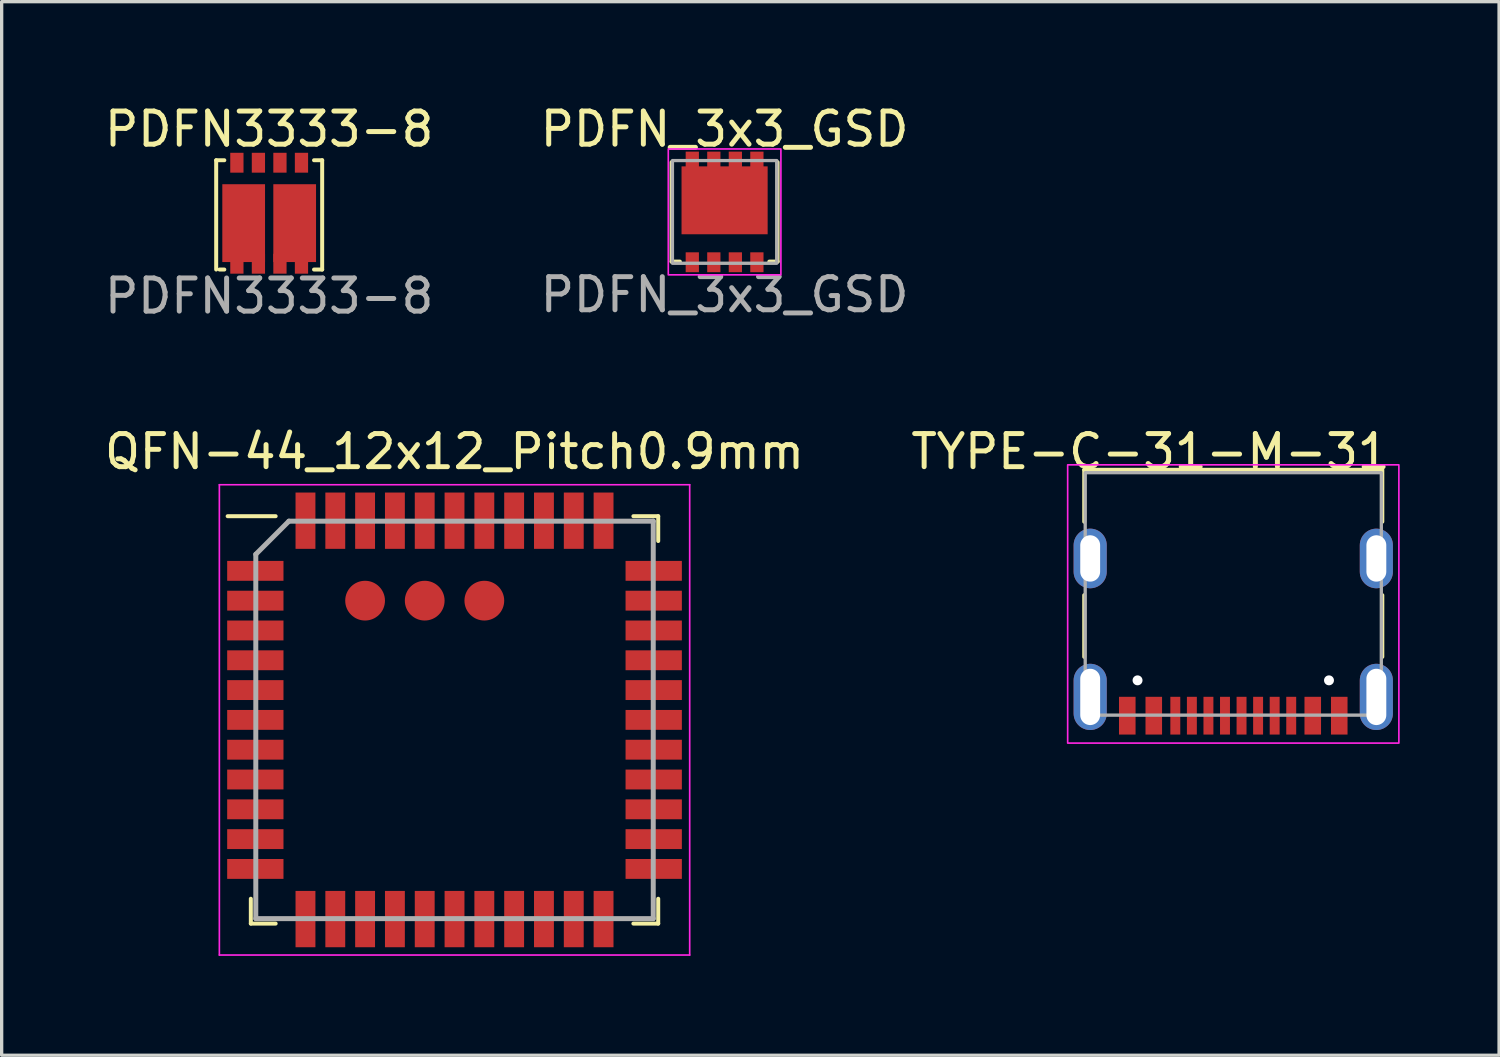
<source format=kicad_pcb>
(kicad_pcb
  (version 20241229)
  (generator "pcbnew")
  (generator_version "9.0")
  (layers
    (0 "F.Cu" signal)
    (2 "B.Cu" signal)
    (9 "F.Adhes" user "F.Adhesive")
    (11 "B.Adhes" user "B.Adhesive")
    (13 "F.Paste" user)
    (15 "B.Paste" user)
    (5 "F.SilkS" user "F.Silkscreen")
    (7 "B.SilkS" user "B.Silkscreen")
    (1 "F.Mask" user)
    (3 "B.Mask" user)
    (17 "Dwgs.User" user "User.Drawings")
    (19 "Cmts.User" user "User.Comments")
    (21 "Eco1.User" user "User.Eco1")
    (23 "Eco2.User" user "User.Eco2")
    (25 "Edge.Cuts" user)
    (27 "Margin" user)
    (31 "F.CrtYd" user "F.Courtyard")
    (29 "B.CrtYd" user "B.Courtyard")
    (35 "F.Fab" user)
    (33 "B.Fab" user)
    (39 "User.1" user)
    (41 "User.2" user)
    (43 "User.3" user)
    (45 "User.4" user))
  (footprint "TYPE-C-31-M-31"
    (layer "F.Cu")
    (at 34.185 16.185)
    (property "Reference" "TYPE-C-31-M-31" (at -2.5 -5.6 0) (unlocked yes) (layer "F.SilkS") (effects (font (size 1 1) (thickness 0.15))))
    (fp_line (start -4.5 -3.483) (end -4.5 -5.052) (stroke (width 0.12) (type default)) (layer "F.SilkS"))
    (fp_line (start -4.5 -1.266) (end -4.5 0.597) (stroke (width 0.12) (type default)) (layer "F.SilkS"))
    (fp_line (start 4.445 -5.052) (end -4.5 -5.052) (stroke (width 0.12) (type default)) (layer "F.SilkS"))
    (fp_line (start 4.5 -3.483) (end 4.5 -5.052) (stroke (width 0.12) (type default)) (layer "F.SilkS"))
    (fp_line (start 4.5 -1.266) (end 4.5 0.597) (stroke (width 0.12) (type default)) (layer "F.SilkS"))
    (fp_rect (start -5 -5.2) (end 5 3.2) (stroke (width 0.05) (type default)) (fill no) (layer "F.CrtYd"))
    (fp_rect (start -4.47 2.356) (end 4.47 -4.964) (stroke (width 0.1) (type default)) (fill no) (layer "F.Fab"))
    (pad "" np_thru_hole circle (at -2.89 1.306) (size 0.3 0.3) (drill 0.3) (layers "*.Cu" "*.Mask"))
    (pad "" np_thru_hole circle (at 2.89 1.306) (size 0.3 0.3) (drill 0.3) (layers "*.Cu" "*.Mask"))
    (pad "1" thru_hole oval (at -4.32 1.806) (size 1 2) (drill oval 0.6 1.7) (layers "*.Cu" "*.Mask"))
    (pad "2" thru_hole oval (at 4.32 1.806) (size 1 2) (drill oval 0.6 1.7) (layers "*.Cu" "*.Mask"))
    (pad "3" thru_hole oval (at -4.32 -2.374) (size 1 1.8) (drill oval 0.6 1.4) (layers "*.Cu" "*.Mask"))
    (pad "3" thru_hole oval (at 4.32 -2.374) (size 1 1.8) (drill oval 0.6 1.4) (layers "*.Cu" "*.Mask"))
    (pad "A1" smd rect (at -3.2 2.373) (size 0.5 1.14) (layers "F.Cu" "F.Mask" "F.Paste"))
    (pad "A4" smd rect (at -2.4 2.373) (size 0.5 1.14) (layers "F.Cu" "F.Mask" "F.Paste"))
    (pad "A5" smd rect (at -1.25 2.373) (size 0.3 1.14) (layers "F.Cu" "F.Mask" "F.Paste"))
    (pad "A6" smd rect (at -0.25 2.373) (size 0.3 1.14) (layers "F.Cu" "F.Mask" "F.Paste"))
    (pad "A7" smd rect (at 0.25 2.373) (size 0.3 1.14) (layers "F.Cu" "F.Mask" "F.Paste"))
    (pad "A8" smd rect (at 1.25 2.373) (size 0.3 1.14) (layers "F.Cu" "F.Mask" "F.Paste"))
    (pad "A9" smd rect (at 2.4 2.373) (size 0.5 1.14) (layers "F.Cu" "F.Mask" "F.Paste"))
    (pad "A12" smd rect (at 3.2 2.373) (size 0.5 1.14) (layers "F.Cu" "F.Mask" "F.Paste"))
    (pad "B5" smd rect (at 1.75 2.373) (size 0.3 1.14) (layers "F.Cu" "F.Mask" "F.Paste"))
    (pad "B6" smd rect (at 0.75 2.373) (size 0.3 1.14) (layers "F.Cu" "F.Mask" "F.Paste"))
    (pad "B7" smd rect (at -0.75 2.373) (size 0.3 1.14) (layers "F.Cu" "F.Mask" "F.Paste"))
    (pad "B8" smd rect (at -1.75 2.373) (size 0.3 1.14) (layers "F.Cu" "F.Mask" "F.Paste")))
  (footprint "PDFN_3x3_GSD"
    (layer "F.Cu")
    (at 18.827 3.348)
    (property "Reference" "PDFN_3x3_GSD" (at 0 -2.5 0) (unlocked yes) (layer "F.SilkS") (effects (font (size 1 1) (thickness 0.15))))
    (attr smd)
    (fp_line (start -1.6 1.5) (end -1.6 -1.5) (stroke (width 0.12) (type default)) (layer "F.SilkS"))
    (fp_line (start -1.6 1.5) (end -1.35 1.5) (stroke (width 0.12) (type default)) (layer "F.SilkS"))
    (fp_line (start 1.6 1.5) (end 1.35 1.5) (stroke (width 0.12) (type default)) (layer "F.SilkS"))
    (fp_line (start 1.6 1.5) (end 1.6 -1.5) (stroke (width 0.12) (type default)) (layer "F.SilkS"))
    (fp_rect (start 1.7 1.9) (end -1.7 -1.9) (stroke (width 0.05) (type default)) (fill no) (layer "F.CrtYd"))
    (fp_rect (start 1.575 1.55) (end -1.575 -1.55) (stroke (width 0.1) (type default)) (fill no) (layer "F.Fab"))
    (fp_text user "${REFERENCE}" (at 0 2.5 0) (unlocked yes) (layer "F.Fab") (effects (font (size 1 1) (thickness 0.15))))
    (pad "1" smd rect (at 0.975 1.52 180) (size 0.4 0.6) (layers "F.Cu" "F.Mask" "F.Paste"))
    (pad "2" smd rect (at -0.975 1.52 180) (size 0.4 0.6) (layers "F.Cu" "F.Mask" "F.Paste"))
    (pad "2" smd rect (at -0.325 1.52 180) (size 0.4 0.6) (layers "F.Cu" "F.Mask" "F.Paste"))
    (pad "2" smd rect (at 0.325 1.52 180) (size 0.4 0.6) (layers "F.Cu" "F.Mask" "F.Paste"))
    (pad "3" smd rect (at -0.975 -1.52 180) (size 0.4 0.6) (layers "F.Cu" "F.Mask" "F.Paste"))
    (pad "3" smd rect (at -0.325 -1.52 180) (size 0.4 0.6) (layers "F.Cu" "F.Mask" "F.Paste"))
    (pad "3" smd rect (at 0 -0.35 180) (size 2.6 2.05) (layers "F.Cu" "F.Mask" "F.Paste"))
    (pad "3" smd rect (at 0.325 -1.52 180) (size 0.4 0.6) (layers "F.Cu" "F.Mask" "F.Paste"))
    (pad "3" smd rect (at 0.975 -1.52 180) (size 0.4 0.6) (layers "F.Cu" "F.Mask" "F.Paste")))
  (footprint "PDFN3333-8"
    (layer "F.Cu")
    (at 5.077 3.388)
    (property "Reference" "PDFN3333-8" (at 0 -2.54 0) (unlocked yes) (layer "F.SilkS") (effects (font (size 1 1) (thickness 0.15))))
    (attr smd)
    (fp_line (start -1.6 -1.6) (end -1.354 -1.6) (stroke (width 0.12) (type default)) (layer "F.SilkS"))
    (fp_line (start -1.6 1.7) (end -1.6 -1.6) (stroke (width 0.12) (type default)) (layer "F.SilkS"))
    (fp_line (start -1.354 1.7) (end -1.5 1.7) (stroke (width 0.12) (type default)) (layer "F.SilkS"))
    (fp_line (start 1.354 -1.6) (end 1.6 -1.6) (stroke (width 0.12) (type default)) (layer "F.SilkS"))
    (fp_line (start 1.354 1.7) (end 1.6 1.7) (stroke (width 0.12) (type default)) (layer "F.SilkS"))
    (fp_line (start 1.6 -1.6) (end 1.6 1.7) (stroke (width 0.12) (type default)) (layer "F.SilkS"))
    (fp_text user "${REFERENCE}" (at 0 2.5 0) (unlocked yes) (layer "F.Fab") (effects (font (size 1 1) (thickness 0.15))))
    (pad "1" smd rect (at -0.975 -1.525) (size 0.4 0.6) (layers "F.Cu" "F.Mask" "F.Paste"))
    (pad "2" smd rect (at -0.325 -1.525) (size 0.4 0.6) (layers "F.Cu" "F.Mask" "F.Paste"))
    (pad "3" smd rect (at 0.325 -1.525) (size 0.4 0.6) (layers "F.Cu" "F.Mask" "F.Paste"))
    (pad "4" smd rect (at 0.975 -1.525) (size 0.4 0.6) (layers "F.Cu" "F.Mask" "F.Paste"))
    (pad "5" smd rect (at 0.77 0.299) (size 1.29 2.35) (layers "F.Cu" "F.Mask" "F.Paste"))
    (pad "5" smd rect (at 0.975 1.525) (size 0.4 0.6) (layers "F.Cu" "F.Mask" "F.Paste"))
    (pad "6" smd rect (at 0.325 1.525) (size 0.4 0.6) (layers "F.Cu" "F.Mask" "F.Paste"))
    (pad "7" smd rect (at -0.77 0.299) (size 1.29 2.35) (layers "F.Cu" "F.Mask" "F.Paste"))
    (pad "7" smd rect (at -0.325 1.525) (size 0.4 0.6) (layers "F.Cu" "F.Mask" "F.Paste"))
    (pad "8" smd rect (at -0.975 1.525) (size 0.4 0.6) (layers "F.Cu" "F.Mask" "F.Paste")))
  (footprint "QFN-44_12x12_Pitch0.9mm"
    (layer "F.Cu")
    (at 10.673 18.685)
    (property "Reference" "QFN-44_12x12_Pitch0.9mm" (at 0 -8.1 0) (layer "F.SilkS") (effects (font (size 1 1) (thickness 0.15))))
    (attr through_hole)
    (fp_line (start -6.15 6.15) (end -6.15 5.4) (stroke (width 0.12) (type default)) (layer "F.SilkS"))
    (fp_line (start -5.4 -6.15) (end -6.85 -6.15) (stroke (width 0.12) (type default)) (layer "F.SilkS"))
    (fp_line (start -5.4 6.15) (end -6.15 6.15) (stroke (width 0.12) (type default)) (layer "F.SilkS"))
    (fp_line (start 5.4 -6.15) (end 6.15 -6.15) (stroke (width 0.12) (type default)) (layer "F.SilkS"))
    (fp_line (start 5.4 6.15) (end 6.15 6.15) (stroke (width 0.12) (type default)) (layer "F.SilkS"))
    (fp_line (start 6.15 -6.15) (end 6.15 -5.4) (stroke (width 0.12) (type default)) (layer "F.SilkS"))
    (fp_line (start 6.15 6.15) (end 6.15 5.4) (stroke (width 0.12) (type default)) (layer "F.SilkS"))
    (fp_line (start -7.1 -7.1) (end 7.1 -7.1) (stroke (width 0.05) (type default)) (layer "F.CrtYd"))
    (fp_line (start -7.1 7.1) (end -7.1 -7.1) (stroke (width 0.05) (type default)) (layer "F.CrtYd"))
    (fp_line (start 7.1 -7.1) (end 7.1 7.1) (stroke (width 0.05) (type default)) (layer "F.CrtYd"))
    (fp_line (start 7.1 7.1) (end -7.1 7.1) (stroke (width 0.05) (type default)) (layer "F.CrtYd"))
    (fp_line (start -6 -5) (end -6 6) (stroke (width 0.15) (type default)) (layer "F.Fab"))
    (fp_line (start -6 6) (end 6 6) (stroke (width 0.15) (type default)) (layer "F.Fab"))
    (fp_line (start -5 -6) (end -6 -5) (stroke (width 0.15) (type default)) (layer "F.Fab"))
    (fp_line (start 6 -6) (end -5 -6) (stroke (width 0.15) (type default)) (layer "F.Fab"))
    (fp_line (start 6 6) (end 6 -6) (stroke (width 0.15) (type default)) (layer "F.Fab"))
    (pad "1" smd rect (at -6.014 -4.5 90) (size 0.6 1.7) (layers "F.Cu" "F.Mask" "F.Paste"))
    (pad "2" smd rect (at -6.014 -3.6 90) (size 0.6 1.7) (layers "F.Cu" "F.Mask" "F.Paste"))
    (pad "3" smd rect (at -6.014 -2.7 90) (size 0.6 1.7) (layers "F.Cu" "F.Mask" "F.Paste"))
    (pad "4" smd rect (at -6.014 -1.8 90) (size 0.6 1.7) (layers "F.Cu" "F.Mask" "F.Paste"))
    (pad "5" smd rect (at -6.014 -0.9 90) (size 0.6 1.7) (layers "F.Cu" "F.Mask" "F.Paste"))
    (pad "6" smd rect (at -6.014 0 90) (size 0.6 1.7) (layers "F.Cu" "F.Mask" "F.Paste"))
    (pad "7" smd rect (at -6.014 0.9 90) (size 0.6 1.7) (layers "F.Cu" "F.Mask" "F.Paste"))
    (pad "8" smd rect (at -6.014 1.8 90) (size 0.6 1.7) (layers "F.Cu" "F.Mask" "F.Paste"))
    (pad "9" smd rect (at -6.014 2.7 90) (size 0.6 1.7) (layers "F.Cu" "F.Mask" "F.Paste"))
    (pad "10" smd rect (at -6.014 3.6 90) (size 0.6 1.7) (layers "F.Cu" "F.Mask" "F.Paste"))
    (pad "11" smd rect (at -6.014 4.5 90) (size 0.6 1.7) (layers "F.Cu" "F.Mask" "F.Paste"))
    (pad "12" smd rect (at -4.5 6.014) (size 0.6 1.7) (layers "F.Cu" "F.Mask" "F.Paste"))
    (pad "13" smd rect (at -3.6 6.014) (size 0.6 1.7) (layers "F.Cu" "F.Mask" "F.Paste"))
    (pad "14" smd rect (at -2.7 6.014) (size 0.6 1.7) (layers "F.Cu" "F.Mask" "F.Paste"))
    (pad "15" smd rect (at -1.8 6.014) (size 0.6 1.7) (layers "F.Cu" "F.Mask" "F.Paste"))
    (pad "16" smd rect (at -0.9 6.014) (size 0.6 1.7) (layers "F.Cu" "F.Mask" "F.Paste"))
    (pad "17" smd rect (at 0 6.014) (size 0.6 1.7) (layers "F.Cu" "F.Mask" "F.Paste"))
    (pad "18" smd rect (at 0.9 6.014) (size 0.6 1.7) (layers "F.Cu" "F.Mask" "F.Paste"))
    (pad "19" smd rect (at 1.8 6.014) (size 0.6 1.7) (layers "F.Cu" "F.Mask" "F.Paste"))
    (pad "20" smd rect (at 2.7 6.014) (size 0.6 1.7) (layers "F.Cu" "F.Mask" "F.Paste"))
    (pad "21" smd rect (at 3.6 6.014) (size 0.6 1.7) (layers "F.Cu" "F.Mask" "F.Paste"))
    (pad "22" smd rect (at 4.5 6.014) (size 0.6 1.7) (layers "F.Cu" "F.Mask" "F.Paste"))
    (pad "23" smd rect (at 6.014 4.5 90) (size 0.6 1.7) (layers "F.Cu" "F.Mask" "F.Paste"))
    (pad "24" smd rect (at 6.014 3.6 90) (size 0.6 1.7) (layers "F.Cu" "F.Mask" "F.Paste"))
    (pad "25" smd rect (at 6.014 2.7 90) (size 0.6 1.7) (layers "F.Cu" "F.Mask" "F.Paste"))
    (pad "26" smd rect (at 6.014 1.8 90) (size 0.6 1.7) (layers "F.Cu" "F.Mask" "F.Paste"))
    (pad "27" smd rect (at 6.014 0.9 90) (size 0.6 1.7) (layers "F.Cu" "F.Mask" "F.Paste"))
    (pad "28" smd rect (at 6.014 0 90) (size 0.6 1.7) (layers "F.Cu" "F.Mask" "F.Paste"))
    (pad "29" smd rect (at 6.014 -0.9 90) (size 0.6 1.7) (layers "F.Cu" "F.Mask" "F.Paste"))
    (pad "30" smd rect (at 6.014 -1.8 90) (size 0.6 1.7) (layers "F.Cu" "F.Mask" "F.Paste"))
    (pad "31" smd rect (at 6.014 -2.7 90) (size 0.6 1.7) (layers "F.Cu" "F.Mask" "F.Paste"))
    (pad "32" smd rect (at 6.014 -3.6 90) (size 0.6 1.7) (layers "F.Cu" "F.Mask" "F.Paste"))
    (pad "33" smd rect (at 6.014 -4.5 90) (size 0.6 1.7) (layers "F.Cu" "F.Mask" "F.Paste"))
    (pad "34" smd rect (at 4.5 -6.014) (size 0.6 1.7) (layers "F.Cu" "F.Mask" "F.Paste"))
    (pad "35" smd rect (at 3.6 -6.014) (size 0.6 1.7) (layers "F.Cu" "F.Mask" "F.Paste"))
    (pad "36" smd rect (at 2.7 -6.014) (size 0.6 1.7) (layers "F.Cu" "F.Mask" "F.Paste"))
    (pad "37" smd rect (at 1.8 -6.014) (size 0.6 1.7) (layers "F.Cu" "F.Mask" "F.Paste"))
    (pad "38" smd rect (at 0.9 -6.014) (size 0.6 1.7) (layers "F.Cu" "F.Mask" "F.Paste"))
    (pad "39" smd rect (at 0 -6.014) (size 0.6 1.7) (layers "F.Cu" "F.Mask" "F.Paste"))
    (pad "40" smd rect (at -0.9 -6.014) (size 0.6 1.7) (layers "F.Cu" "F.Mask" "F.Paste"))
    (pad "41" smd rect (at -1.8 -6.014) (size 0.6 1.7) (layers "F.Cu" "F.Mask" "F.Paste"))
    (pad "42" smd rect (at -2.7 -6.014) (size 0.6 1.7) (layers "F.Cu" "F.Mask" "F.Paste"))
    (pad "43" smd rect (at -3.6 -6.014) (size 0.6 1.7) (layers "F.Cu" "F.Mask" "F.Paste"))
    (pad "44" smd rect (at -4.5 -6.014) (size 0.6 1.7) (layers "F.Cu" "F.Mask" "F.Paste"))
    (pad "45" smd circle (at -2.7 -3.6) (size 1.2 1.2) (layers "F.Cu" "F.Mask" "F.Paste"))
    (pad "46" smd circle (at -0.9 -3.6) (size 1.2 1.2) (layers "F.Cu" "F.Mask" "F.Paste"))
    (pad "47" smd circle (at 0.9 -3.6) (size 1.2 1.2) (layers "F.Cu" "F.Mask" "F.Paste")))
  (gr_rect
    (start -3 -3)
    (end 42.21 28.81)
    (stroke (width 0.1) (type default))
    (fill no)
    (layer "Edge.Cuts")))
</source>
